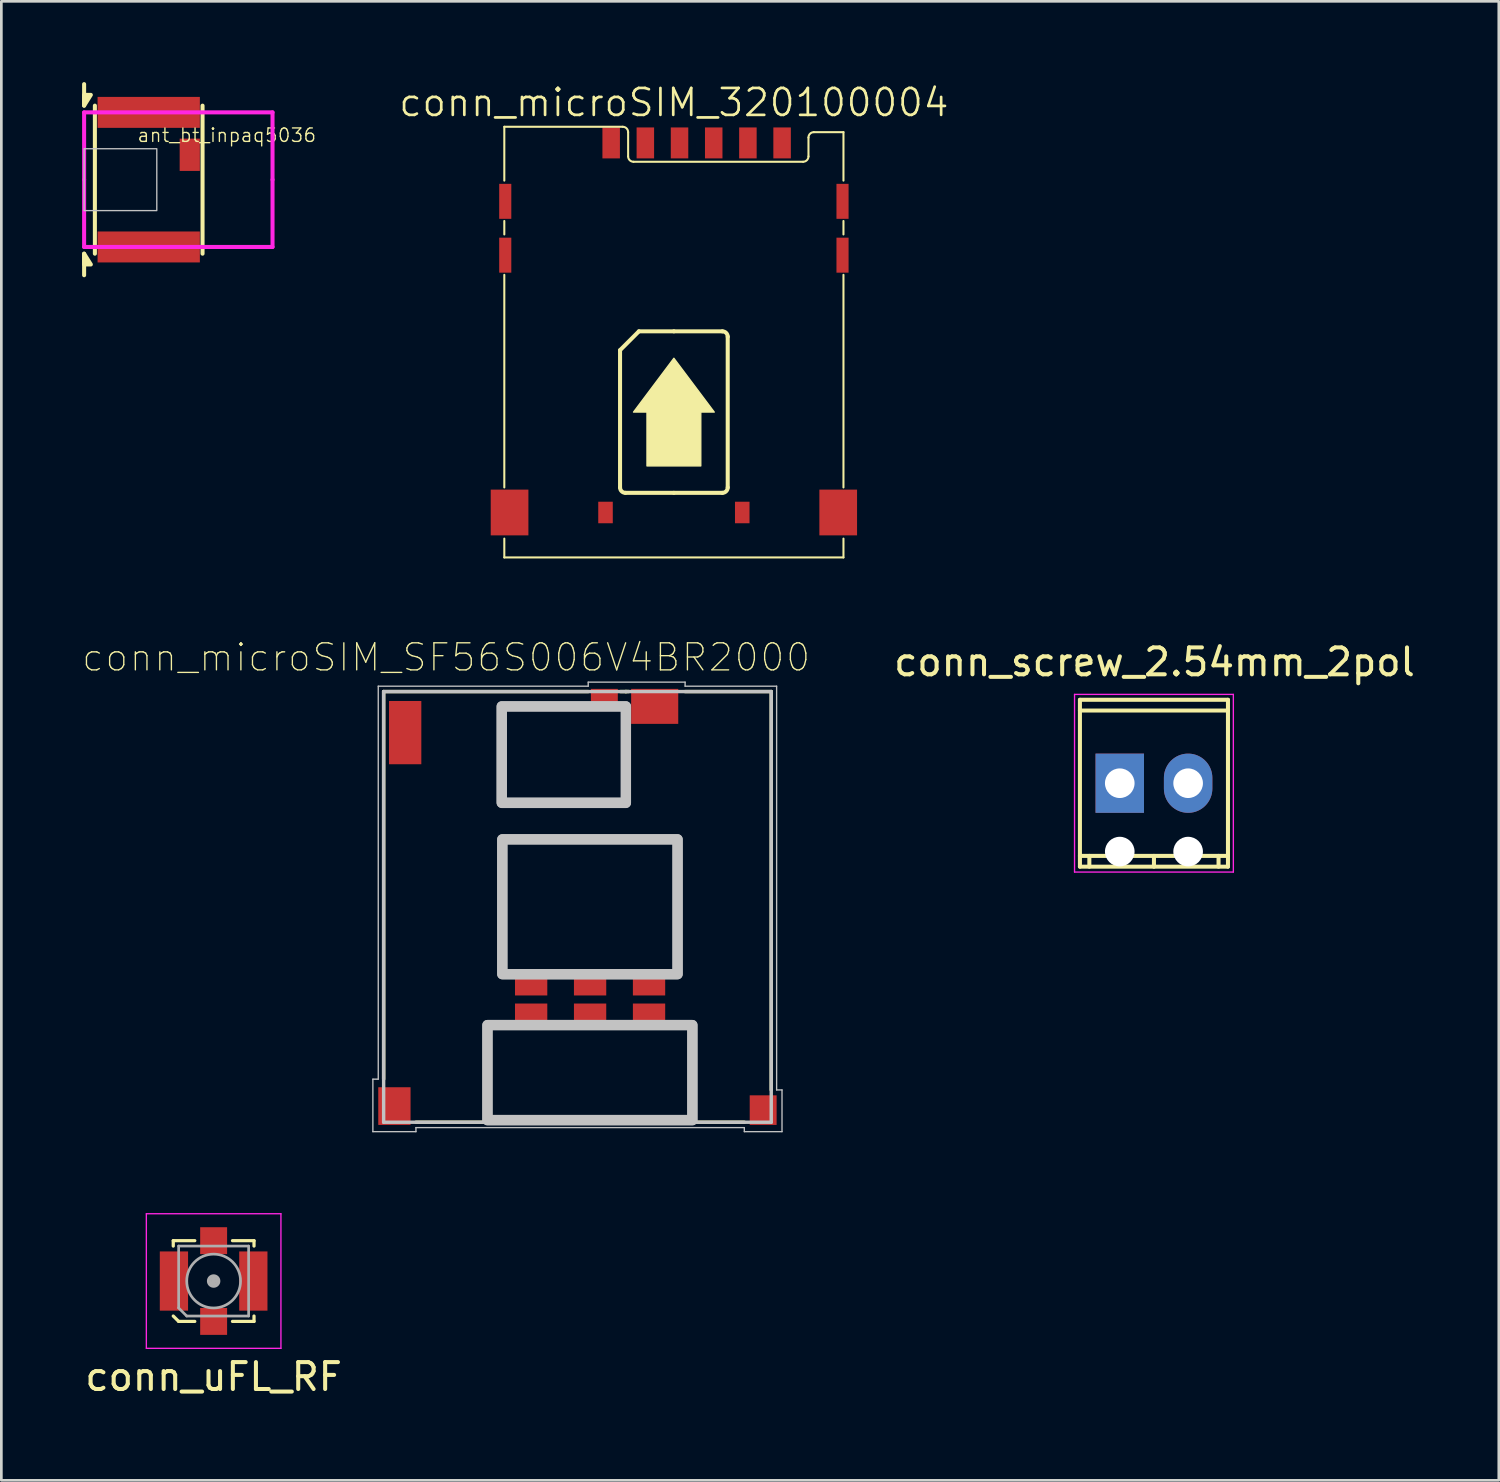
<source format=kicad_pcb>
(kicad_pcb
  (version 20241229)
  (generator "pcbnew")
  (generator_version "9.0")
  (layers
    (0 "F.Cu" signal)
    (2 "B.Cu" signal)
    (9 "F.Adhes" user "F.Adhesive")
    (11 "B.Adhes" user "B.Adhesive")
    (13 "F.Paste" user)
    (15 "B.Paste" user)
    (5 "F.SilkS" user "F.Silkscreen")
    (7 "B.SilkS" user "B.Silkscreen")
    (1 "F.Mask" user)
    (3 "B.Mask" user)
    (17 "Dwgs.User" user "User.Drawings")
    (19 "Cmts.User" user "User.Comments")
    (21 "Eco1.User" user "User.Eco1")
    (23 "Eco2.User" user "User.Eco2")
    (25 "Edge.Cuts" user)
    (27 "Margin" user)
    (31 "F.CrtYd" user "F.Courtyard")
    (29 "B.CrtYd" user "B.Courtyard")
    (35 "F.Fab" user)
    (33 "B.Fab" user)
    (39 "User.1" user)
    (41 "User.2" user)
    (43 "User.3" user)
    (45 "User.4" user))
  (footprint "ant_bt_inpaq5036"
    (layer "F.Cu")
    (at 2.475 3.625)
    (property "Reference" "ant_bt_inpaq5036" (at 2.9 -1.65 180) (layer "F.SilkS") (effects (font (size 0.5 0.5) (thickness 0.05))))
    (attr through_hole)
    (fp_line (start -2.4 -2.75) (end -2.4 -3.55) (stroke (width 0.15) (type solid)) (layer "F.SilkS"))
    (fp_line (start -2.4 2.75) (end -2.4 3.55) (stroke (width 0.15) (type solid)) (layer "F.SilkS"))
    (fp_line (start -2 2.75) (end -2 -2.75) (stroke (width 0.15) (type solid)) (layer "F.SilkS"))
    (fp_line (start 2 -2.75) (end 2 2.75) (stroke (width 0.15) (type solid)) (layer "F.SilkS"))
    (fp_poly (pts (xy -2.4 -2.75) (xy -2.4 -3.15) (xy -2.15 -3.15)) (stroke (width 0.15) (type solid)) (fill yes) (layer "F.SilkS"))
    (fp_poly (pts (xy -2.4 2.75) (xy -2.4 3.15) (xy -2.15 3.15)) (stroke (width 0.15) (type solid)) (fill yes) (layer "F.SilkS"))
    (fp_poly (pts (xy -2.4 -1.15) (xy -2.4 1.15) (xy 0.3 1.15) (xy 0.3 -1.15)) (stroke (width 0.05) (type solid)) (fill no) (layer "Dwgs.User"))
    (fp_line (start -2.4 -2.5) (end 4.6 -2.5) (stroke (width 0.15) (type solid)) (layer "F.CrtYd"))
    (fp_line (start -2.4 0) (end -2.4 -2.5) (stroke (width 0.15) (type solid)) (layer "F.CrtYd"))
    (fp_line (start -2.4 2.5) (end -2.4 0) (stroke (width 0.15) (type solid)) (layer "F.CrtYd"))
    (fp_line (start 4.6 -2.5) (end 4.6 0) (stroke (width 0.15) (type solid)) (layer "F.CrtYd"))
    (fp_line (start 4.6 0) (end 4.6 2.5) (stroke (width 0.15) (type solid)) (layer "F.CrtYd"))
    (fp_line (start 4.6 2.5) (end -2.4 2.5) (stroke (width 0.15) (type solid)) (layer "F.CrtYd"))
    (pad "1" smd rect (at 0 -2.5) (size 3.8 1.15) (layers "F.Cu" "F.Mask" "F.Paste"))
    (pad "1" smd rect (at 0 2.5) (size 3.8 1.15) (layers "F.Cu" "F.Mask" "F.Paste"))
    (pad "2" smd rect (at 1.525 -0.925) (size 0.75 1.2) (layers "F.Cu" "F.Mask" "F.Paste")))
  (footprint "conn_screw_2.54mm_2pol"
    (layer "F.Cu")
    (at 39.821 26.048)
    (property "Reference" "conn_screw_2.54mm_2pol" (at 0.02 -4.501 0) (layer "F.SilkS") (effects (font (size 1 1) (thickness 0.15))))
    (attr through_hole)
    (fp_line (start -2.75 -3.099) (end -2.75 3.099) (stroke (width 0.15) (type solid)) (layer "F.SilkS"))
    (fp_line (start -2.75 -2.7) (end 2.75 -2.7) (stroke (width 0.15) (type solid)) (layer "F.SilkS"))
    (fp_line (start -2.75 3.1) (end 2.75 3.1) (stroke (width 0.15) (type solid)) (layer "F.SilkS"))
    (fp_line (start -2.4 3.099) (end -2.4 2.7) (stroke (width 0.15) (type solid)) (layer "F.SilkS"))
    (fp_line (start 0 3.1) (end 0 2.7) (stroke (width 0.15) (type solid)) (layer "F.SilkS"))
    (fp_line (start 2.4 2.7) (end 2.4 3.1) (stroke (width 0.15) (type solid)) (layer "F.SilkS"))
    (fp_line (start 2.75 -3.1) (end -2.75 -3.1) (stroke (width 0.15) (type solid)) (layer "F.SilkS"))
    (fp_line (start 2.75 2.7) (end -2.75 2.7) (stroke (width 0.15) (type solid)) (layer "F.SilkS"))
    (fp_line (start 2.75 3.099) (end 2.75 -3.099) (stroke (width 0.15) (type solid)) (layer "F.SilkS"))
    (fp_line (start -2.95 -3.3) (end 2.95 -3.3) (stroke (width 0.05) (type solid)) (layer "F.CrtYd"))
    (fp_line (start -2.95 3.3) (end -2.95 -3.3) (stroke (width 0.05) (type solid)) (layer "F.CrtYd"))
    (fp_line (start 2.95 -3.3) (end 2.95 3.3) (stroke (width 0.05) (type solid)) (layer "F.CrtYd"))
    (fp_line (start 2.95 3.3) (end -2.95 3.3) (stroke (width 0.05) (type solid)) (layer "F.CrtYd"))
    (pad "" np_thru_hole circle (at -1.27 2.54) (size 1.1 1.1) (drill 1.1) (layers "*.Cu" "*.Mask"))
    (pad "" np_thru_hole circle (at 1.27 2.54) (size 1.1 1.1) (drill 1.1) (layers "*.Cu" "*.Mask"))
    (pad "1" thru_hole rect (at -1.27 0) (size 1.8 2.2) (drill 1.1) (layers "*.Cu" "*.Mask"))
    (pad "2" thru_hole oval (at 1.27 0) (size 1.8 2.2) (drill 1.1) (layers "*.Cu" "*.Mask")))
  (footprint "conn_microSIM_320100004"
    (layer "F.Cu")
    (at 21.986 2.26)
    (property "Reference" "conn_microSIM_320100004" (at 0 -1.5 0) (layer "F.SilkS") (effects (font (size 1 1) (thickness 0.1))))
    (attr through_hole)
    (fp_line (start -6.3 -0.6) (end -6.3 1.4) (stroke (width 0.076) (type solid)) (layer "F.SilkS"))
    (fp_line (start -6.3 2.9) (end -6.3 3.4) (stroke (width 0.076) (type solid)) (layer "F.SilkS"))
    (fp_line (start -6.3 4.9) (end -6.3 12.8) (stroke (width 0.076) (type solid)) (layer "F.SilkS"))
    (fp_line (start -6.3 14.7) (end -6.3 15.4) (stroke (width 0.076) (type solid)) (layer "F.SilkS"))
    (fp_line (start -6.3 15.4) (end 6.3 15.4) (stroke (width 0.076) (type solid)) (layer "F.SilkS"))
    (fp_line (start -2 7.7) (end -2 12.8) (stroke (width 0.15) (type solid)) (layer "F.SilkS"))
    (fp_line (start -1.9 -0.6) (end -6.3 -0.6) (stroke (width 0.076) (type solid)) (layer "F.SilkS"))
    (fp_line (start -1.8 13) (end 0 13) (stroke (width 0.15) (type solid)) (layer "F.SilkS"))
    (fp_line (start -1.7 0.5) (end -1.7 -0.4) (stroke (width 0.076) (type solid)) (layer "F.SilkS"))
    (fp_line (start -1.3 7) (end -2 7.7) (stroke (width 0.15) (type solid)) (layer "F.SilkS"))
    (fp_line (start 0 7) (end -1.3 7) (stroke (width 0.15) (type solid)) (layer "F.SilkS"))
    (fp_line (start 0 13) (end 1.8 13) (stroke (width 0.15) (type solid)) (layer "F.SilkS"))
    (fp_line (start 1.8 7) (end 0 7) (stroke (width 0.15) (type solid)) (layer "F.SilkS"))
    (fp_line (start 2 12.8) (end 2 7.2) (stroke (width 0.15) (type solid)) (layer "F.SilkS"))
    (fp_line (start 4.8 0.7) (end -1.5 0.7) (stroke (width 0.076) (type solid)) (layer "F.SilkS"))
    (fp_line (start 5 -0.2) (end 5 0.5) (stroke (width 0.076) (type solid)) (layer "F.SilkS"))
    (fp_line (start 6.3 -0.4) (end 5.2 -0.4) (stroke (width 0.076) (type solid)) (layer "F.SilkS"))
    (fp_line (start 6.3 1.4) (end 6.3 -0.4) (stroke (width 0.076) (type solid)) (layer "F.SilkS"))
    (fp_line (start 6.3 3.4) (end 6.3 2.9) (stroke (width 0.076) (type solid)) (layer "F.SilkS"))
    (fp_line (start 6.3 12.8) (end 6.3 4.9) (stroke (width 0.076) (type solid)) (layer "F.SilkS"))
    (fp_line (start 6.3 15.4) (end 6.3 14.7) (stroke (width 0.076) (type solid)) (layer "F.SilkS"))
    (fp_arc (start -1.9 -0.6) (mid -1.758579 -0.541421) (end -1.7 -0.4) (stroke (width 0.0762) (type solid)) (layer "F.SilkS"))
    (fp_arc (start -1.8 13) (mid -1.941421 12.941421) (end -2 12.8) (stroke (width 0.15) (type solid)) (layer "F.SilkS"))
    (fp_arc (start -1.5 0.7) (mid -1.641421 0.641421) (end -1.7 0.5) (stroke (width 0.0762) (type solid)) (layer "F.SilkS"))
    (fp_arc (start 1.8 7) (mid 1.941421 7.058579) (end 2 7.2) (stroke (width 0.15) (type solid)) (layer "F.SilkS"))
    (fp_arc (start 2 12.8) (mid 1.941421 12.941421) (end 1.8 13) (stroke (width 0.15) (type solid)) (layer "F.SilkS"))
    (fp_arc (start 5 -0.2) (mid 5.058579 -0.341421) (end 5.2 -0.4) (stroke (width 0.0762) (type solid)) (layer "F.SilkS"))
    (fp_arc (start 5 0.5) (mid 4.941421 0.641421) (end 4.8 0.7) (stroke (width 0.0762) (type solid)) (layer "F.SilkS"))
    (fp_poly (pts (xy 0 12) (xy 1 12) (xy 1 10) (xy 1.5 10) (xy 0 8) (xy -1.5 10) (xy -1 10) (xy -1 12)) (stroke (width 0.05) (type solid)) (fill yes) (layer "F.SilkS"))
    (pad "G1" smd rect (at 6.265 2.17) (size 0.45 1.3) (layers "F.Cu" "F.Mask" "F.Paste"))
    (pad "G2" smd rect (at 6.265 4.17) (size 0.45 1.3) (layers "F.Cu" "F.Mask" "F.Paste"))
    (pad "G3" smd rect (at 6.105 13.73) (size 1.4 1.7) (layers "F.Cu" "F.Mask" "F.Paste"))
    (pad "G4" smd rect (at 2.54 13.73) (size 0.54 0.8) (layers "F.Cu" "F.Mask" "F.Paste"))
    (pad "G5" smd rect (at -2.54 13.73) (size 0.54 0.8) (layers "F.Cu" "F.Mask" "F.Paste"))
    (pad "G6" smd rect (at -6.105 13.73) (size 1.4 1.7) (layers "F.Cu" "F.Mask" "F.Paste"))
    (pad "G7" smd rect (at -6.265 4.17) (size 0.45 1.3) (layers "F.Cu" "F.Mask" "F.Paste"))
    (pad "G8" smd rect (at -6.265 2.17) (size 0.45 1.3) (layers "F.Cu" "F.Mask" "F.Paste"))
    (pad "P1" smd rect (at 2.75 0) (size 0.65 1.15) (layers "F.Cu" "F.Mask" "F.Paste"))
    (pad "P2" smd rect (at 0.21 0) (size 0.65 1.15) (layers "F.Cu" "F.Mask" "F.Paste"))
    (pad "P3" smd rect (at -2.33 0) (size 0.65 1.15) (layers "F.Cu" "F.Mask" "F.Paste"))
    (pad "P5" smd rect (at 4.02 0) (size 0.65 1.15) (layers "F.Cu" "F.Mask" "F.Paste"))
    (pad "P6" smd rect (at 1.48 0) (size 0.65 1.15) (layers "F.Cu" "F.Mask" "F.Paste"))
    (pad "P7" smd rect (at -1.06 0) (size 0.65 1.15) (layers "F.Cu" "F.Mask" "F.Paste")))
  (footprint "conn_uFL_RF"
    (layer "F.Cu")
    (at 4.887 44.543)
    (property "Reference" "conn_uFL_RF" (at 0 3.556 0) (layer "F.SilkS") (effects (font (size 1 1) (thickness 0.15))))
    (attr smd)
    (fp_line (start -1.5 -1.5) (end -0.7 -1.5) (stroke (width 0.12) (type solid)) (layer "F.SilkS"))
    (fp_line (start -1.5 -1.3) (end -1.5 -1.5) (stroke (width 0.12) (type solid)) (layer "F.SilkS"))
    (fp_line (start -1.3 1.5) (end -1.5 1.3) (stroke (width 0.12) (type solid)) (layer "F.SilkS"))
    (fp_line (start -0.7 1.5) (end -1.3 1.5) (stroke (width 0.12) (type solid)) (layer "F.SilkS"))
    (fp_line (start 0.7 -1.5) (end 1.5 -1.5) (stroke (width 0.12) (type solid)) (layer "F.SilkS"))
    (fp_line (start 1.5 -1.5) (end 1.5 -1.3) (stroke (width 0.12) (type solid)) (layer "F.SilkS"))
    (fp_line (start 1.5 1.3) (end 1.5 1.5) (stroke (width 0.12) (type solid)) (layer "F.SilkS"))
    (fp_line (start 1.5 1.5) (end 0.7 1.5) (stroke (width 0.12) (type solid)) (layer "F.SilkS"))
    (fp_line (start -2.5 -2.5) (end -2.5 2.5) (stroke (width 0.05) (type solid)) (layer "F.CrtYd"))
    (fp_line (start -2.5 2.5) (end 2.5 2.5) (stroke (width 0.05) (type solid)) (layer "F.CrtYd"))
    (fp_line (start 2.5 -2.5) (end -2.5 -2.5) (stroke (width 0.05) (type solid)) (layer "F.CrtYd"))
    (fp_line (start 2.5 2.5) (end 2.5 -2.5) (stroke (width 0.05) (type solid)) (layer "F.CrtYd"))
    (fp_line (start -1.3 -1.3) (end -1.3 1) (stroke (width 0.1) (type solid)) (layer "F.Fab"))
    (fp_line (start -1.3 -1.3) (end 1.3 -1.3) (stroke (width 0.1) (type solid)) (layer "F.Fab"))
    (fp_line (start -1.3 1) (end -1 1.3) (stroke (width 0.1) (type solid)) (layer "F.Fab"))
    (fp_line (start -1 1.3) (end 1.3 1.3) (stroke (width 0.1) (type solid)) (layer "F.Fab"))
    (fp_line (start 1.3 -1.3) (end 1.3 1.3) (stroke (width 0.1) (type solid)) (layer "F.Fab"))
    (fp_circle (center 0 0) (end 0 0.05) (stroke (width 0.1) (type solid)) (fill no) (layer "F.Fab"))
    (fp_circle (center 0 0) (end 0 0.125) (stroke (width 0.1) (type solid)) (fill no) (layer "F.Fab"))
    (fp_circle (center 0 0) (end 0 0.2) (stroke (width 0.1) (type solid)) (fill no) (layer "F.Fab"))
    (fp_circle (center 0 0) (end 1 0) (stroke (width 0.1) (type solid)) (fill no) (layer "F.Fab"))
    (pad "1" smd rect (at 0 1.5) (size 1 1) (layers "F.Cu" "F.Mask" "F.Paste"))
    (pad "2" smd rect (at -1.475 0) (size 1.05 2.2) (layers "F.Cu" "F.Mask" "F.Paste"))
    (pad "2" smd rect (at 0 -1.5) (size 1 1) (layers "F.Cu" "F.Mask" "F.Paste"))
    (pad "2" smd rect (at 1.475 0) (size 1.05 2.2) (layers "F.Cu" "F.Mask" "F.Paste")))
  (footprint "conn_microSIM_SF56S006V4BR2000"
    (layer "F.Cu")
    (at 18.403 30.643)
    (property "Reference" "conn_microSIM_SF56S006V4BR2000" (at -4.878 -9.269 0) (layer "F.SilkS") (effects (font (size 1.004 1.004) (thickness 0.05))))
    (attr smd)
    (fp_line (start -7.2 -8) (end -7.2 6.4) (stroke (width 0.127) (type solid)) (layer "F.SilkS"))
    (fp_line (start -7.2 -8) (end 0.4 -8) (stroke (width 0.127) (type solid)) (layer "F.SilkS"))
    (fp_line (start -6 8) (end 6.2 8) (stroke (width 0.127) (type solid)) (layer "F.SilkS"))
    (fp_line (start 1.8 -8.001) (end 1.905 -8.001) (stroke (width 0.127) (type solid)) (layer "F.SilkS"))
    (fp_line (start 1.8 -8) (end 1.6 -8) (stroke (width 0.127) (type solid)) (layer "F.SilkS"))
    (fp_line (start 1.8 -8) (end 1.8 -8.001) (stroke (width 0.127) (type solid)) (layer "F.SilkS"))
    (fp_line (start 7.2 -8) (end 4 -8) (stroke (width 0.127) (type solid)) (layer "F.SilkS"))
    (fp_line (start 7.2 6.8) (end 7.2 -8) (stroke (width 0.127) (type solid)) (layer "F.SilkS"))
    (fp_line (start -7.6 6.4) (end -7.4 6.4) (stroke (width 0.05) (type solid)) (layer "Dwgs.User"))
    (fp_line (start -7.6 8.35) (end -7.6 6.4) (stroke (width 0.05) (type solid)) (layer "Dwgs.User"))
    (fp_line (start -7.4 -8.2) (end 0.4 -8.2) (stroke (width 0.05) (type solid)) (layer "Dwgs.User"))
    (fp_line (start -7.4 6.4) (end -7.4 -8.2) (stroke (width 0.05) (type solid)) (layer "Dwgs.User"))
    (fp_line (start -7.2 -8) (end -7.2 8) (stroke (width 0.127) (type solid)) (layer "Dwgs.User"))
    (fp_line (start -7.2 8) (end 7.2 8) (stroke (width 0.127) (type solid)) (layer "Dwgs.User"))
    (fp_line (start -6 8.2) (end -6 8.35) (stroke (width 0.05) (type solid)) (layer "Dwgs.User"))
    (fp_line (start -6 8.35) (end -7.6 8.35) (stroke (width 0.05) (type solid)) (layer "Dwgs.User"))
    (fp_line (start 0.4 -8.35) (end 4 -8.35) (stroke (width 0.05) (type solid)) (layer "Dwgs.User"))
    (fp_line (start 0.4 -8.2) (end 0.4 -8.35) (stroke (width 0.05) (type solid)) (layer "Dwgs.User"))
    (fp_line (start 4 -8.35) (end 4 -8.2) (stroke (width 0.05) (type solid)) (layer "Dwgs.User"))
    (fp_line (start 4 -8.2) (end 7.4 -8.2) (stroke (width 0.05) (type solid)) (layer "Dwgs.User"))
    (fp_line (start 6.2 8.2) (end -6 8.2) (stroke (width 0.05) (type solid)) (layer "Dwgs.User"))
    (fp_line (start 6.2 8.35) (end 6.2 8.2) (stroke (width 0.05) (type solid)) (layer "Dwgs.User"))
    (fp_line (start 7.2 -8) (end -7.2 -8) (stroke (width 0.127) (type solid)) (layer "Dwgs.User"))
    (fp_line (start 7.2 8) (end 7.2 -8) (stroke (width 0.127) (type solid)) (layer "Dwgs.User"))
    (fp_line (start 7.4 6.8) (end 7.4 -8.2) (stroke (width 0.05) (type solid)) (layer "Dwgs.User"))
    (fp_line (start 7.6 6.8) (end 7.4 6.8) (stroke (width 0.05) (type solid)) (layer "Dwgs.User"))
    (fp_line (start 7.6 8.35) (end 6.2 8.35) (stroke (width 0.05) (type solid)) (layer "Dwgs.User"))
    (fp_line (start 7.6 8.35) (end 7.6 6.8) (stroke (width 0.05) (type solid)) (layer "Dwgs.User"))
    (fp_poly (pts (xy -3.346 4.39) (xy 4.27 4.39) (xy 4.27 7.928) (xy -3.346 7.928)) (stroke (width 0.381) (type solid)) (fill no) (layer "Dwgs.User"))
    (fp_poly (pts (xy -3.341 4.39) (xy 4.27 4.39) (xy 4.27 7.917) (xy -3.341 7.917)) (stroke (width 0.381) (type solid)) (fill no) (layer "Dwgs.User"))
    (fp_poly (pts (xy -2.816 -7.45) (xy 1.8 -7.45) (xy 1.8 -3.872) (xy -2.816 -3.872)) (stroke (width 0.381) (type solid)) (fill no) (layer "Dwgs.User"))
    (fp_poly (pts (xy -2.809 -7.45) (xy 1.8 -7.45) (xy 1.8 -3.862) (xy -2.809 -3.862)) (stroke (width 0.381) (type solid)) (fill no) (layer "Dwgs.User"))
    (fp_poly (pts (xy -2.794 -2.51) (xy 3.72 -2.51) (xy 3.72 2.502) (xy -2.794 2.502)) (stroke (width 0.381) (type solid)) (fill no) (layer "Dwgs.User"))
    (fp_poly (pts (xy -2.789 -2.51) (xy 3.72 -2.51) (xy 3.72 2.498) (xy -2.789 2.498)) (stroke (width 0.381) (type solid)) (fill no) (layer "Dwgs.User"))
    (pad "C1" smd rect (at 2.66 3.99 180) (size 1.2 0.8) (layers "F.Cu" "F.Mask" "F.Paste"))
    (pad "C2" smd rect (at 0.47 3.99 180) (size 1.2 0.8) (layers "F.Cu" "F.Mask" "F.Paste"))
    (pad "C3" smd rect (at -1.72 3.99 180) (size 1.2 0.8) (layers "F.Cu" "F.Mask" "F.Paste"))
    (pad "C5" smd rect (at 2.66 2.89 180) (size 1.2 0.8) (layers "F.Cu" "F.Mask" "F.Paste"))
    (pad "C6" smd rect (at 0.47 2.89 180) (size 1.2 0.8) (layers "F.Cu" "F.Mask" "F.Paste"))
    (pad "C7" smd rect (at -1.72 2.89 180) (size 1.2 0.8) (layers "F.Cu" "F.Mask" "F.Paste"))
    (pad "DSW2" smd rect (at 1 -7.775) (size 1 0.65) (layers "F.Cu" "F.Mask" "F.Paste"))
    (pad "HD1" smd rect (at -6.8 7.4 90) (size 1.4 1.2) (layers "F.Cu" "F.Mask" "F.Paste"))
    (pad "HD2,DSW1" smd rect (at -6.4 -6.475) (size 1.2 2.35) (layers "F.Cu" "F.Mask" "F.Paste"))
    (pad "HD3" smd rect (at 2.87 -7.45) (size 1.75 1.3) (layers "F.Cu" "F.Mask" "F.Paste"))
    (pad "HD4" smd rect (at 6.9 7.55 90) (size 1.1 1) (layers "F.Cu" "F.Mask" "F.Paste")))
  (gr_rect
    (start -3 -3)
    (end 52.633 51.947)
    (stroke (width 0.1) (type default))
    (fill no)
    (layer "Edge.Cuts")))
</source>
